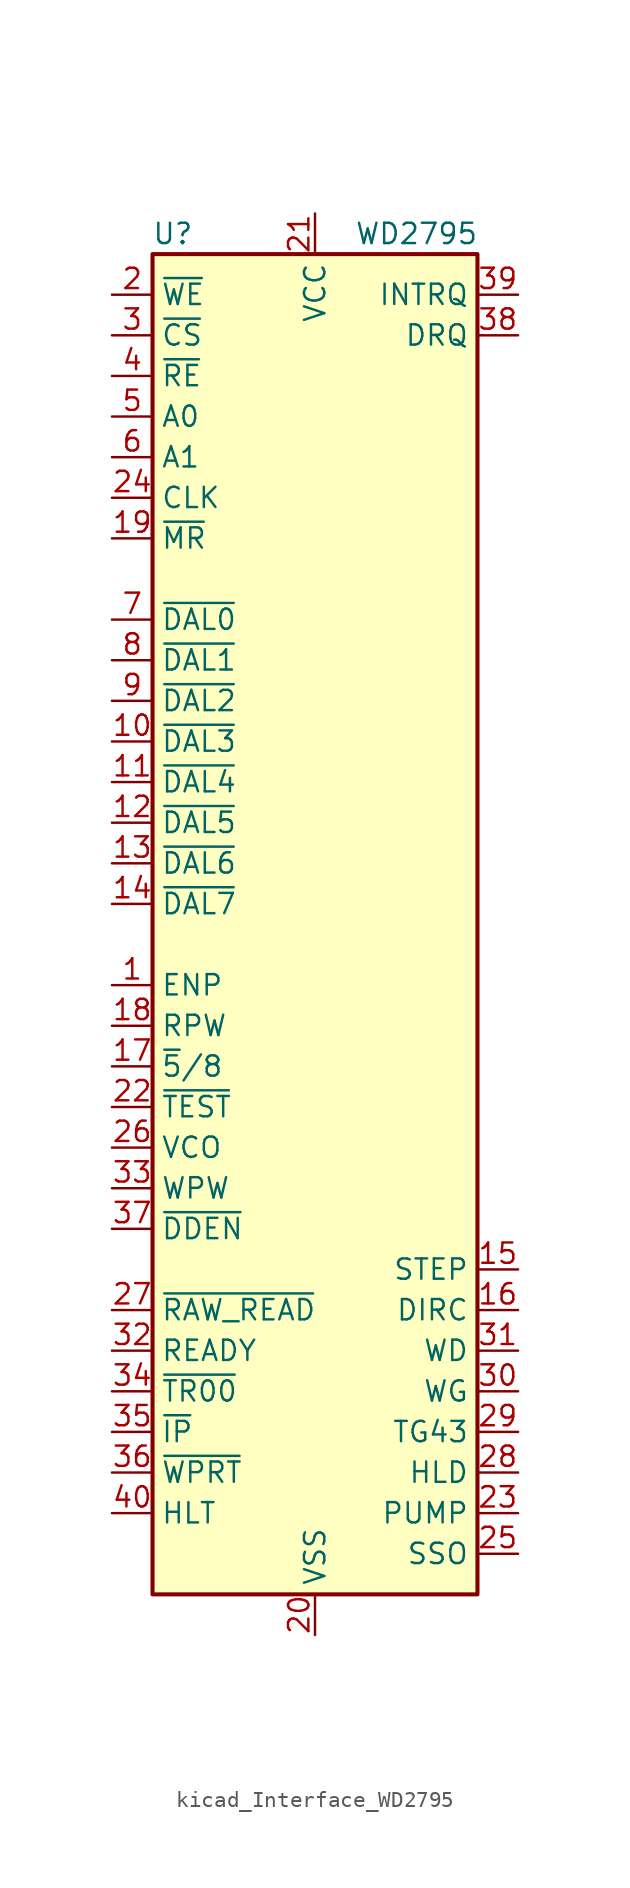
<source format=kicad_sym>
(kicad_symbol_lib
  (version 20220914)
  (generator kicad_symbol_editor)
  (symbol "kicad_Interface_WD2795"
    (property "Reference" "U"
      (at -8.89 44.45 0)
      (effects (font (size 1.27 1.27))))
    (property "Value" "WD2795"
      (at 6.35 44.45 0)
      (effects (font (size 1.27 1.27))))
    (symbol "kicad_Interface_WD2795_0_1"
      (rectangle (start -10.16 43.18) (end 10.16 -40.64) (stroke (width 0.254) (type default)) (fill (type background))))
    (symbol "kicad_Interface_WD2795_1_1"
      (pin input line (at -12.7 -2.54 0) (length 2.54) (name "ENP" (effects (font (size 1.27 1.27)))) (number "1" (effects (font (size 1.27 1.27)))))
      (pin tri_state line (at -12.7 12.7 0) (length 2.54) (name "~{DAL3}" (effects (font (size 1.27 1.27)))) (number "10" (effects (font (size 1.27 1.27)))))
      (pin tri_state line (at -12.7 10.16 0) (length 2.54) (name "~{DAL4}" (effects (font (size 1.27 1.27)))) (number "11" (effects (font (size 1.27 1.27)))))
      (pin tri_state line (at -12.7 7.62 0) (length 2.54) (name "~{DAL5}" (effects (font (size 1.27 1.27)))) (number "12" (effects (font (size 1.27 1.27)))))
      (pin tri_state line (at -12.7 5.08 0) (length 2.54) (name "~{DAL6}" (effects (font (size 1.27 1.27)))) (number "13" (effects (font (size 1.27 1.27)))))
      (pin tri_state line (at -12.7 2.54 0) (length 2.54) (name "~{DAL7}" (effects (font (size 1.27 1.27)))) (number "14" (effects (font (size 1.27 1.27)))))
      (pin output line (at 12.7 -20.32 180) (length 2.54) (name "STEP" (effects (font (size 1.27 1.27)))) (number "15" (effects (font (size 1.27 1.27)))))
      (pin output line (at 12.7 -22.86 180) (length 2.54) (name "DIRC" (effects (font (size 1.27 1.27)))) (number "16" (effects (font (size 1.27 1.27)))))
      (pin input line (at -12.7 -7.62 0) (length 2.54) (name "~{5}/8" (effects (font (size 1.27 1.27)))) (number "17" (effects (font (size 1.27 1.27)))))
      (pin input line (at -12.7 -5.08 0) (length 2.54) (name "RPW" (effects (font (size 1.27 1.27)))) (number "18" (effects (font (size 1.27 1.27)))))
      (pin input line (at -12.7 25.4 0) (length 2.54) (name "~{MR}" (effects (font (size 1.27 1.27)))) (number "19" (effects (font (size 1.27 1.27)))))
      (pin input line (at -12.7 40.64 0) (length 2.54) (name "~{WE}" (effects (font (size 1.27 1.27)))) (number "2" (effects (font (size 1.27 1.27)))))
      (pin power_in line (at 0 -43.18 90) (length 2.54) (name "VSS" (effects (font (size 1.27 1.27)))) (number "20" (effects (font (size 1.27 1.27)))))
      (pin power_in line (at 0 45.72 270) (length 2.54) (name "VCC" (effects (font (size 1.27 1.27)))) (number "21" (effects (font (size 1.27 1.27)))))
      (pin input line (at -12.7 -10.16 0) (length 2.54) (name "~{TEST}" (effects (font (size 1.27 1.27)))) (number "22" (effects (font (size 1.27 1.27)))))
      (pin output line (at 12.7 -35.56 180) (length 2.54) (name "PUMP" (effects (font (size 1.27 1.27)))) (number "23" (effects (font (size 1.27 1.27)))))
      (pin input line (at -12.7 27.94 0) (length 2.54) (name "CLK" (effects (font (size 1.27 1.27)))) (number "24" (effects (font (size 1.27 1.27)))))
      (pin output line (at 12.7 -38.1 180) (length 2.54) (name "SSO" (effects (font (size 1.27 1.27)))) (number "25" (effects (font (size 1.27 1.27)))))
      (pin input line (at -12.7 -12.7 0) (length 2.54) (name "VCO" (effects (font (size 1.27 1.27)))) (number "26" (effects (font (size 1.27 1.27)))))
      (pin input line (at -12.7 -22.86 0) (length 2.54) (name "~{RAW_READ}" (effects (font (size 1.27 1.27)))) (number "27" (effects (font (size 1.27 1.27)))))
      (pin output line (at 12.7 -33.02 180) (length 2.54) (name "HLD" (effects (font (size 1.27 1.27)))) (number "28" (effects (font (size 1.27 1.27)))))
      (pin output line (at 12.7 -30.48 180) (length 2.54) (name "TG43" (effects (font (size 1.27 1.27)))) (number "29" (effects (font (size 1.27 1.27)))))
      (pin input line (at -12.7 38.1 0) (length 2.54) (name "~{CS}" (effects (font (size 1.27 1.27)))) (number "3" (effects (font (size 1.27 1.27)))))
      (pin output line (at 12.7 -27.94 180) (length 2.54) (name "WG" (effects (font (size 1.27 1.27)))) (number "30" (effects (font (size 1.27 1.27)))))
      (pin output line (at 12.7 -25.4 180) (length 2.54) (name "WD" (effects (font (size 1.27 1.27)))) (number "31" (effects (font (size 1.27 1.27)))))
      (pin input line (at -12.7 -25.4 0) (length 2.54) (name "READY" (effects (font (size 1.27 1.27)))) (number "32" (effects (font (size 1.27 1.27)))))
      (pin input line (at -12.7 -15.24 0) (length 2.54) (name "WPW" (effects (font (size 1.27 1.27)))) (number "33" (effects (font (size 1.27 1.27)))))
      (pin input line (at -12.7 -27.94 0) (length 2.54) (name "~{TR00}" (effects (font (size 1.27 1.27)))) (number "34" (effects (font (size 1.27 1.27)))))
      (pin input line (at -12.7 -30.48 0) (length 2.54) (name "~{IP}" (effects (font (size 1.27 1.27)))) (number "35" (effects (font (size 1.27 1.27)))))
      (pin input line (at -12.7 -33.02 0) (length 2.54) (name "~{WPRT}" (effects (font (size 1.27 1.27)))) (number "36" (effects (font (size 1.27 1.27)))))
      (pin input line (at -12.7 -17.78 0) (length 2.54) (name "~{DDEN}" (effects (font (size 1.27 1.27)))) (number "37" (effects (font (size 1.27 1.27)))))
      (pin output line (at 12.7 38.1 180) (length 2.54) (name "DRQ" (effects (font (size 1.27 1.27)))) (number "38" (effects (font (size 1.27 1.27)))))
      (pin output line (at 12.7 40.64 180) (length 2.54) (name "INTRQ" (effects (font (size 1.27 1.27)))) (number "39" (effects (font (size 1.27 1.27)))))
      (pin input line (at -12.7 35.56 0) (length 2.54) (name "~{RE}" (effects (font (size 1.27 1.27)))) (number "4" (effects (font (size 1.27 1.27)))))
      (pin input line (at -12.7 -35.56 0) (length 2.54) (name "HLT" (effects (font (size 1.27 1.27)))) (number "40" (effects (font (size 1.27 1.27)))))
      (pin input line (at -12.7 33.02 0) (length 2.54) (name "A0" (effects (font (size 1.27 1.27)))) (number "5" (effects (font (size 1.27 1.27)))))
      (pin input line (at -12.7 30.48 0) (length 2.54) (name "A1" (effects (font (size 1.27 1.27)))) (number "6" (effects (font (size 1.27 1.27)))))
      (pin tri_state line (at -12.7 20.32 0) (length 2.54) (name "~{DAL0}" (effects (font (size 1.27 1.27)))) (number "7" (effects (font (size 1.27 1.27)))))
      (pin tri_state line (at -12.7 17.78 0) (length 2.54) (name "~{DAL1}" (effects (font (size 1.27 1.27)))) (number "8" (effects (font (size 1.27 1.27)))))
      (pin tri_state line (at -12.7 15.24 0) (length 2.54) (name "~{DAL2}" (effects (font (size 1.27 1.27)))) (number "9" (effects (font (size 1.27 1.27))))))))
</source>
